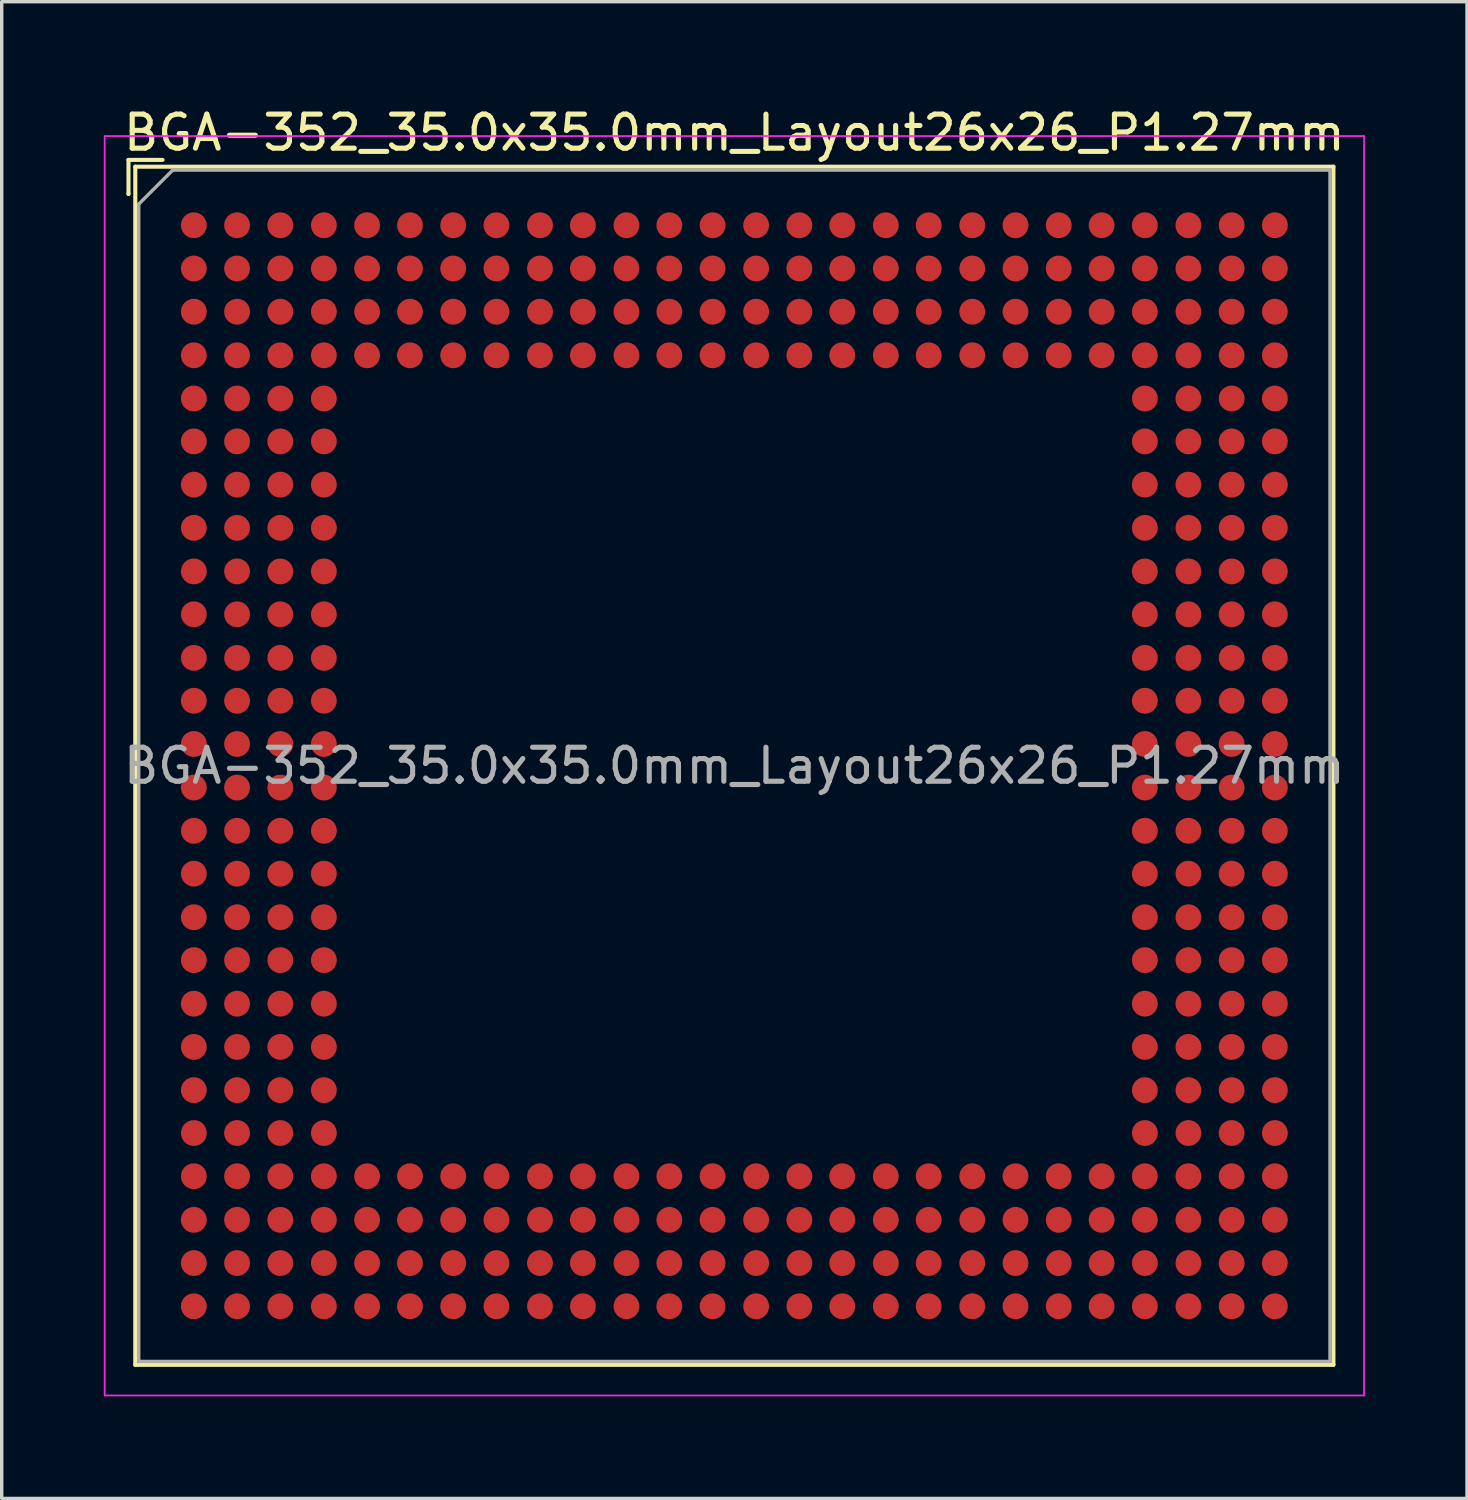
<source format=kicad_pcb>
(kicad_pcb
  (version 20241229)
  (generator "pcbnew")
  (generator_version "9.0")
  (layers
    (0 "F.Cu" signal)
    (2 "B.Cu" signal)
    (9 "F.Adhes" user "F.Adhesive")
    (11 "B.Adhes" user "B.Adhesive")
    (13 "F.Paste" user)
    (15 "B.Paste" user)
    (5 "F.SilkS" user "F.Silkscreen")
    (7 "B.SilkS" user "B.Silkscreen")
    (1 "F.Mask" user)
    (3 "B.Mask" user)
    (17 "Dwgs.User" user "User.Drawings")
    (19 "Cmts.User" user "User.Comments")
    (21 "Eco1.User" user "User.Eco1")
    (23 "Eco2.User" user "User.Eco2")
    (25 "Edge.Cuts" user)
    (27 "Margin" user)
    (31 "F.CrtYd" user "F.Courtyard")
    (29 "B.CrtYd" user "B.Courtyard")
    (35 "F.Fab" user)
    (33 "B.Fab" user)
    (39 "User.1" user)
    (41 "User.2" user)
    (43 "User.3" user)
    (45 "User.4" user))
  (footprint "BGA-352_35.0x35.0mm_Layout26x26_P1.27mm"
    (layer "F.Cu")
    (at 18.525 19.448)
    (property "Reference" "BGA-352_35.0x35.0mm_Layout26x26_P1.27mm" (at 0 -18.6 0) (layer "F.SilkS") (effects (font (size 1 1) (thickness 0.15))))
    (attr smd)
    (fp_line (start -17.8 -17.8) (end -17.8 -16.8) (stroke (width 0.12) (type solid)) (layer "F.SilkS"))
    (fp_line (start -17.8 -16.8) (end -17.8 -16.8) (stroke (width 0.12) (type solid)) (layer "F.SilkS"))
    (fp_line (start -17.6 -17.6) (end 17.6 -17.6) (stroke (width 0.12) (type solid)) (layer "F.SilkS"))
    (fp_line (start -17.6 17.6) (end -17.6 -17.6) (stroke (width 0.12) (type solid)) (layer "F.SilkS"))
    (fp_line (start -16.8 -17.8) (end -17.8 -17.8) (stroke (width 0.12) (type solid)) (layer "F.SilkS"))
    (fp_line (start 17.6 -17.6) (end 17.6 17.6) (stroke (width 0.12) (type solid)) (layer "F.SilkS"))
    (fp_line (start 17.6 17.6) (end -17.6 17.6) (stroke (width 0.12) (type solid)) (layer "F.SilkS"))
    (fp_line (start -18.5 -18.5) (end -18.5 18.5) (stroke (width 0.05) (type solid)) (layer "F.CrtYd"))
    (fp_line (start -18.5 -18.5) (end 18.5 -18.5) (stroke (width 0.05) (type solid)) (layer "F.CrtYd"))
    (fp_line (start 18.5 18.5) (end -18.5 18.5) (stroke (width 0.05) (type solid)) (layer "F.CrtYd"))
    (fp_line (start 18.5 18.5) (end 18.5 -18.5) (stroke (width 0.05) (type solid)) (layer "F.CrtYd"))
    (fp_line (start -17.5 -16.5) (end -17.5 17.5) (stroke (width 0.1) (type solid)) (layer "F.Fab"))
    (fp_line (start -17.5 17.5) (end 17.5 17.5) (stroke (width 0.1) (type solid)) (layer "F.Fab"))
    (fp_line (start -16.5 -17.5) (end -17.5 -16.5) (stroke (width 0.1) (type solid)) (layer "F.Fab"))
    (fp_line (start 17.5 -17.5) (end -16.5 -17.5) (stroke (width 0.1) (type solid)) (layer "F.Fab"))
    (fp_line (start 17.5 17.5) (end 17.5 -17.5) (stroke (width 0.1) (type solid)) (layer "F.Fab"))
    (fp_text user "${REFERENCE}" (at 0 0 0) (layer "F.Fab") (effects (font (size 1 1) (thickness 0.15))))
    (pad "A1" smd circle (at -15.88 -15.88) (size 0.76 0.76) (layers "F.Cu" "F.Mask" "F.Paste"))
    (pad "A2" smd circle (at -14.61 -15.88) (size 0.76 0.76) (layers "F.Cu" "F.Mask" "F.Paste"))
    (pad "A3" smd circle (at -13.34 -15.88) (size 0.76 0.76) (layers "F.Cu" "F.Mask" "F.Paste"))
    (pad "A4" smd circle (at -12.06 -15.88) (size 0.76 0.76) (layers "F.Cu" "F.Mask" "F.Paste"))
    (pad "A5" smd circle (at -10.79 -15.88) (size 0.76 0.76) (layers "F.Cu" "F.Mask" "F.Paste"))
    (pad "A6" smd circle (at -9.53 -15.88) (size 0.76 0.76) (layers "F.Cu" "F.Mask" "F.Paste"))
    (pad "A7" smd circle (at -8.26 -15.88) (size 0.76 0.76) (layers "F.Cu" "F.Mask" "F.Paste"))
    (pad "A8" smd circle (at -6.99 -15.88) (size 0.76 0.76) (layers "F.Cu" "F.Mask" "F.Paste"))
    (pad "A9" smd circle (at -5.71 -15.88) (size 0.76 0.76) (layers "F.Cu" "F.Mask" "F.Paste"))
    (pad "A10" smd circle (at -4.45 -15.88) (size 0.76 0.76) (layers "F.Cu" "F.Mask" "F.Paste"))
    (pad "A11" smd circle (at -3.17 -15.88) (size 0.76 0.76) (layers "F.Cu" "F.Mask" "F.Paste"))
    (pad "A12" smd circle (at -1.91 -15.88) (size 0.76 0.76) (layers "F.Cu" "F.Mask" "F.Paste"))
    (pad "A13" smd circle (at -0.64 -15.88) (size 0.76 0.76) (layers "F.Cu" "F.Mask" "F.Paste"))
    (pad "A14" smd circle (at 0.64 -15.88) (size 0.76 0.76) (layers "F.Cu" "F.Mask" "F.Paste"))
    (pad "A15" smd circle (at 1.91 -15.88) (size 0.76 0.76) (layers "F.Cu" "F.Mask" "F.Paste"))
    (pad "A16" smd circle (at 3.17 -15.88) (size 0.76 0.76) (layers "F.Cu" "F.Mask" "F.Paste"))
    (pad "A17" smd circle (at 4.45 -15.88) (size 0.76 0.76) (layers "F.Cu" "F.Mask" "F.Paste"))
    (pad "A18" smd circle (at 5.71 -15.88) (size 0.76 0.76) (layers "F.Cu" "F.Mask" "F.Paste"))
    (pad "A19" smd circle (at 6.99 -15.88) (size 0.76 0.76) (layers "F.Cu" "F.Mask" "F.Paste"))
    (pad "A20" smd circle (at 8.26 -15.88) (size 0.76 0.76) (layers "F.Cu" "F.Mask" "F.Paste"))
    (pad "A21" smd circle (at 9.53 -15.88) (size 0.76 0.76) (layers "F.Cu" "F.Mask" "F.Paste"))
    (pad "A22" smd circle (at 10.79 -15.88) (size 0.76 0.76) (layers "F.Cu" "F.Mask" "F.Paste"))
    (pad "A23" smd circle (at 12.06 -15.88) (size 0.76 0.76) (layers "F.Cu" "F.Mask" "F.Paste"))
    (pad "A24" smd circle (at 13.34 -15.88) (size 0.76 0.76) (layers "F.Cu" "F.Mask" "F.Paste"))
    (pad "A25" smd circle (at 14.61 -15.88) (size 0.76 0.76) (layers "F.Cu" "F.Mask" "F.Paste"))
    (pad "A26" smd circle (at 15.88 -15.88) (size 0.76 0.76) (layers "F.Cu" "F.Mask" "F.Paste"))
    (pad "AA1" smd circle (at -15.88 9.53) (size 0.76 0.76) (layers "F.Cu" "F.Mask" "F.Paste"))
    (pad "AA2" smd circle (at -14.61 9.53) (size 0.76 0.76) (layers "F.Cu" "F.Mask" "F.Paste"))
    (pad "AA3" smd circle (at -13.34 9.53) (size 0.76 0.76) (layers "F.Cu" "F.Mask" "F.Paste"))
    (pad "AA4" smd circle (at -12.06 9.53) (size 0.76 0.76) (layers "F.Cu" "F.Mask" "F.Paste"))
    (pad "AA23" smd circle (at 12.06 9.53) (size 0.76 0.76) (layers "F.Cu" "F.Mask" "F.Paste"))
    (pad "AA24" smd circle (at 13.34 9.53) (size 0.76 0.76) (layers "F.Cu" "F.Mask" "F.Paste"))
    (pad "AA25" smd circle (at 14.61 9.53) (size 0.76 0.76) (layers "F.Cu" "F.Mask" "F.Paste"))
    (pad "AA26" smd circle (at 15.88 9.53) (size 0.76 0.76) (layers "F.Cu" "F.Mask" "F.Paste"))
    (pad "AB1" smd circle (at -15.88 10.79) (size 0.76 0.76) (layers "F.Cu" "F.Mask" "F.Paste"))
    (pad "AB2" smd circle (at -14.61 10.79) (size 0.76 0.76) (layers "F.Cu" "F.Mask" "F.Paste"))
    (pad "AB3" smd circle (at -13.34 10.79) (size 0.76 0.76) (layers "F.Cu" "F.Mask" "F.Paste"))
    (pad "AB4" smd circle (at -12.06 10.79) (size 0.76 0.76) (layers "F.Cu" "F.Mask" "F.Paste"))
    (pad "AB23" smd circle (at 12.06 10.79) (size 0.76 0.76) (layers "F.Cu" "F.Mask" "F.Paste"))
    (pad "AB24" smd circle (at 13.34 10.79) (size 0.76 0.76) (layers "F.Cu" "F.Mask" "F.Paste"))
    (pad "AB25" smd circle (at 14.61 10.79) (size 0.76 0.76) (layers "F.Cu" "F.Mask" "F.Paste"))
    (pad "AB26" smd circle (at 15.88 10.79) (size 0.76 0.76) (layers "F.Cu" "F.Mask" "F.Paste"))
    (pad "AC1" smd circle (at -15.88 12.06) (size 0.76 0.76) (layers "F.Cu" "F.Mask" "F.Paste"))
    (pad "AC2" smd circle (at -14.61 12.06) (size 0.76 0.76) (layers "F.Cu" "F.Mask" "F.Paste"))
    (pad "AC3" smd circle (at -13.34 12.06) (size 0.76 0.76) (layers "F.Cu" "F.Mask" "F.Paste"))
    (pad "AC4" smd circle (at -12.06 12.06) (size 0.76 0.76) (layers "F.Cu" "F.Mask" "F.Paste"))
    (pad "AC5" smd circle (at -10.79 12.06) (size 0.76 0.76) (layers "F.Cu" "F.Mask" "F.Paste"))
    (pad "AC6" smd circle (at -9.53 12.06) (size 0.76 0.76) (layers "F.Cu" "F.Mask" "F.Paste"))
    (pad "AC7" smd circle (at -8.26 12.06) (size 0.76 0.76) (layers "F.Cu" "F.Mask" "F.Paste"))
    (pad "AC8" smd circle (at -6.99 12.06) (size 0.76 0.76) (layers "F.Cu" "F.Mask" "F.Paste"))
    (pad "AC9" smd circle (at -5.71 12.06) (size 0.76 0.76) (layers "F.Cu" "F.Mask" "F.Paste"))
    (pad "AC10" smd circle (at -4.45 12.06) (size 0.76 0.76) (layers "F.Cu" "F.Mask" "F.Paste"))
    (pad "AC11" smd circle (at -3.17 12.06) (size 0.76 0.76) (layers "F.Cu" "F.Mask" "F.Paste"))
    (pad "AC12" smd circle (at -1.91 12.06) (size 0.76 0.76) (layers "F.Cu" "F.Mask" "F.Paste"))
    (pad "AC13" smd circle (at -0.64 12.06) (size 0.76 0.76) (layers "F.Cu" "F.Mask" "F.Paste"))
    (pad "AC14" smd circle (at 0.64 12.06) (size 0.76 0.76) (layers "F.Cu" "F.Mask" "F.Paste"))
    (pad "AC15" smd circle (at 1.91 12.06) (size 0.76 0.76) (layers "F.Cu" "F.Mask" "F.Paste"))
    (pad "AC16" smd circle (at 3.17 12.06) (size 0.76 0.76) (layers "F.Cu" "F.Mask" "F.Paste"))
    (pad "AC17" smd circle (at 4.45 12.06) (size 0.76 0.76) (layers "F.Cu" "F.Mask" "F.Paste"))
    (pad "AC18" smd circle (at 5.71 12.06) (size 0.76 0.76) (layers "F.Cu" "F.Mask" "F.Paste"))
    (pad "AC19" smd circle (at 6.99 12.06) (size 0.76 0.76) (layers "F.Cu" "F.Mask" "F.Paste"))
    (pad "AC20" smd circle (at 8.26 12.06) (size 0.76 0.76) (layers "F.Cu" "F.Mask" "F.Paste"))
    (pad "AC21" smd circle (at 9.53 12.06) (size 0.76 0.76) (layers "F.Cu" "F.Mask" "F.Paste"))
    (pad "AC22" smd circle (at 10.79 12.06) (size 0.76 0.76) (layers "F.Cu" "F.Mask" "F.Paste"))
    (pad "AC23" smd circle (at 12.06 12.06) (size 0.76 0.76) (layers "F.Cu" "F.Mask" "F.Paste"))
    (pad "AC24" smd circle (at 13.34 12.06) (size 0.76 0.76) (layers "F.Cu" "F.Mask" "F.Paste"))
    (pad "AC25" smd circle (at 14.61 12.06) (size 0.76 0.76) (layers "F.Cu" "F.Mask" "F.Paste"))
    (pad "AC26" smd circle (at 15.88 12.06) (size 0.76 0.76) (layers "F.Cu" "F.Mask" "F.Paste"))
    (pad "AD1" smd circle (at -15.88 13.34) (size 0.76 0.76) (layers "F.Cu" "F.Mask" "F.Paste"))
    (pad "AD2" smd circle (at -14.61 13.34) (size 0.76 0.76) (layers "F.Cu" "F.Mask" "F.Paste"))
    (pad "AD3" smd circle (at -13.34 13.34) (size 0.76 0.76) (layers "F.Cu" "F.Mask" "F.Paste"))
    (pad "AD4" smd circle (at -12.06 13.34) (size 0.76 0.76) (layers "F.Cu" "F.Mask" "F.Paste"))
    (pad "AD5" smd circle (at -10.79 13.34) (size 0.76 0.76) (layers "F.Cu" "F.Mask" "F.Paste"))
    (pad "AD6" smd circle (at -9.53 13.34) (size 0.76 0.76) (layers "F.Cu" "F.Mask" "F.Paste"))
    (pad "AD7" smd circle (at -8.26 13.34) (size 0.76 0.76) (layers "F.Cu" "F.Mask" "F.Paste"))
    (pad "AD8" smd circle (at -6.99 13.34) (size 0.76 0.76) (layers "F.Cu" "F.Mask" "F.Paste"))
    (pad "AD9" smd circle (at -5.71 13.34) (size 0.76 0.76) (layers "F.Cu" "F.Mask" "F.Paste"))
    (pad "AD10" smd circle (at -4.45 13.34) (size 0.76 0.76) (layers "F.Cu" "F.Mask" "F.Paste"))
    (pad "AD11" smd circle (at -3.17 13.34) (size 0.76 0.76) (layers "F.Cu" "F.Mask" "F.Paste"))
    (pad "AD12" smd circle (at -1.91 13.34) (size 0.76 0.76) (layers "F.Cu" "F.Mask" "F.Paste"))
    (pad "AD13" smd circle (at -0.64 13.34) (size 0.76 0.76) (layers "F.Cu" "F.Mask" "F.Paste"))
    (pad "AD14" smd circle (at 0.64 13.34) (size 0.76 0.76) (layers "F.Cu" "F.Mask" "F.Paste"))
    (pad "AD15" smd circle (at 1.91 13.34) (size 0.76 0.76) (layers "F.Cu" "F.Mask" "F.Paste"))
    (pad "AD16" smd circle (at 3.17 13.34) (size 0.76 0.76) (layers "F.Cu" "F.Mask" "F.Paste"))
    (pad "AD17" smd circle (at 4.45 13.34) (size 0.76 0.76) (layers "F.Cu" "F.Mask" "F.Paste"))
    (pad "AD18" smd circle (at 5.71 13.34) (size 0.76 0.76) (layers "F.Cu" "F.Mask" "F.Paste"))
    (pad "AD19" smd circle (at 6.99 13.34) (size 0.76 0.76) (layers "F.Cu" "F.Mask" "F.Paste"))
    (pad "AD20" smd circle (at 8.26 13.34) (size 0.76 0.76) (layers "F.Cu" "F.Mask" "F.Paste"))
    (pad "AD21" smd circle (at 9.53 13.34) (size 0.76 0.76) (layers "F.Cu" "F.Mask" "F.Paste"))
    (pad "AD22" smd circle (at 10.79 13.34) (size 0.76 0.76) (layers "F.Cu" "F.Mask" "F.Paste"))
    (pad "AD23" smd circle (at 12.06 13.34) (size 0.76 0.76) (layers "F.Cu" "F.Mask" "F.Paste"))
    (pad "AD24" smd circle (at 13.34 13.34) (size 0.76 0.76) (layers "F.Cu" "F.Mask" "F.Paste"))
    (pad "AD25" smd circle (at 14.61 13.34) (size 0.76 0.76) (layers "F.Cu" "F.Mask" "F.Paste"))
    (pad "AD26" smd circle (at 15.88 13.34) (size 0.76 0.76) (layers "F.Cu" "F.Mask" "F.Paste"))
    (pad "AE1" smd circle (at -15.88 14.61) (size 0.76 0.76) (layers "F.Cu" "F.Mask" "F.Paste"))
    (pad "AE2" smd circle (at -14.61 14.61) (size 0.76 0.76) (layers "F.Cu" "F.Mask" "F.Paste"))
    (pad "AE3" smd circle (at -13.34 14.61) (size 0.76 0.76) (layers "F.Cu" "F.Mask" "F.Paste"))
    (pad "AE4" smd circle (at -12.06 14.61) (size 0.76 0.76) (layers "F.Cu" "F.Mask" "F.Paste"))
    (pad "AE5" smd circle (at -10.79 14.61) (size 0.76 0.76) (layers "F.Cu" "F.Mask" "F.Paste"))
    (pad "AE6" smd circle (at -9.53 14.61) (size 0.76 0.76) (layers "F.Cu" "F.Mask" "F.Paste"))
    (pad "AE7" smd circle (at -8.26 14.61) (size 0.76 0.76) (layers "F.Cu" "F.Mask" "F.Paste"))
    (pad "AE8" smd circle (at -6.99 14.61) (size 0.76 0.76) (layers "F.Cu" "F.Mask" "F.Paste"))
    (pad "AE9" smd circle (at -5.71 14.61) (size 0.76 0.76) (layers "F.Cu" "F.Mask" "F.Paste"))
    (pad "AE10" smd circle (at -4.45 14.61) (size 0.76 0.76) (layers "F.Cu" "F.Mask" "F.Paste"))
    (pad "AE11" smd circle (at -3.17 14.61) (size 0.76 0.76) (layers "F.Cu" "F.Mask" "F.Paste"))
    (pad "AE12" smd circle (at -1.91 14.61) (size 0.76 0.76) (layers "F.Cu" "F.Mask" "F.Paste"))
    (pad "AE13" smd circle (at -0.64 14.61) (size 0.76 0.76) (layers "F.Cu" "F.Mask" "F.Paste"))
    (pad "AE14" smd circle (at 0.64 14.61) (size 0.76 0.76) (layers "F.Cu" "F.Mask" "F.Paste"))
    (pad "AE15" smd circle (at 1.91 14.61) (size 0.76 0.76) (layers "F.Cu" "F.Mask" "F.Paste"))
    (pad "AE16" smd circle (at 3.17 14.61) (size 0.76 0.76) (layers "F.Cu" "F.Mask" "F.Paste"))
    (pad "AE17" smd circle (at 4.45 14.61) (size 0.76 0.76) (layers "F.Cu" "F.Mask" "F.Paste"))
    (pad "AE18" smd circle (at 5.71 14.61) (size 0.76 0.76) (layers "F.Cu" "F.Mask" "F.Paste"))
    (pad "AE19" smd circle (at 6.99 14.61) (size 0.76 0.76) (layers "F.Cu" "F.Mask" "F.Paste"))
    (pad "AE20" smd circle (at 8.26 14.61) (size 0.76 0.76) (layers "F.Cu" "F.Mask" "F.Paste"))
    (pad "AE21" smd circle (at 9.53 14.61) (size 0.76 0.76) (layers "F.Cu" "F.Mask" "F.Paste"))
    (pad "AE22" smd circle (at 10.79 14.61) (size 0.76 0.76) (layers "F.Cu" "F.Mask" "F.Paste"))
    (pad "AE23" smd circle (at 12.06 14.61) (size 0.76 0.76) (layers "F.Cu" "F.Mask" "F.Paste"))
    (pad "AE24" smd circle (at 13.34 14.61) (size 0.76 0.76) (layers "F.Cu" "F.Mask" "F.Paste"))
    (pad "AE25" smd circle (at 14.61 14.61) (size 0.76 0.76) (layers "F.Cu" "F.Mask" "F.Paste"))
    (pad "AE26" smd circle (at 15.88 14.61) (size 0.76 0.76) (layers "F.Cu" "F.Mask" "F.Paste"))
    (pad "AF1" smd circle (at -15.88 15.88) (size 0.76 0.76) (layers "F.Cu" "F.Mask" "F.Paste"))
    (pad "AF2" smd circle (at -14.61 15.88) (size 0.76 0.76) (layers "F.Cu" "F.Mask" "F.Paste"))
    (pad "AF3" smd circle (at -13.34 15.88) (size 0.76 0.76) (layers "F.Cu" "F.Mask" "F.Paste"))
    (pad "AF4" smd circle (at -12.06 15.88) (size 0.76 0.76) (layers "F.Cu" "F.Mask" "F.Paste"))
    (pad "AF5" smd circle (at -10.79 15.88) (size 0.76 0.76) (layers "F.Cu" "F.Mask" "F.Paste"))
    (pad "AF6" smd circle (at -9.53 15.88) (size 0.76 0.76) (layers "F.Cu" "F.Mask" "F.Paste"))
    (pad "AF7" smd circle (at -8.26 15.88) (size 0.76 0.76) (layers "F.Cu" "F.Mask" "F.Paste"))
    (pad "AF8" smd circle (at -6.99 15.88) (size 0.76 0.76) (layers "F.Cu" "F.Mask" "F.Paste"))
    (pad "AF9" smd circle (at -5.71 15.88) (size 0.76 0.76) (layers "F.Cu" "F.Mask" "F.Paste"))
    (pad "AF10" smd circle (at -4.45 15.88) (size 0.76 0.76) (layers "F.Cu" "F.Mask" "F.Paste"))
    (pad "AF11" smd circle (at -3.17 15.88) (size 0.76 0.76) (layers "F.Cu" "F.Mask" "F.Paste"))
    (pad "AF12" smd circle (at -1.91 15.88) (size 0.76 0.76) (layers "F.Cu" "F.Mask" "F.Paste"))
    (pad "AF13" smd circle (at -0.64 15.88) (size 0.76 0.76) (layers "F.Cu" "F.Mask" "F.Paste"))
    (pad "AF14" smd circle (at 0.64 15.88) (size 0.76 0.76) (layers "F.Cu" "F.Mask" "F.Paste"))
    (pad "AF15" smd circle (at 1.91 15.88) (size 0.76 0.76) (layers "F.Cu" "F.Mask" "F.Paste"))
    (pad "AF16" smd circle (at 3.17 15.88) (size 0.76 0.76) (layers "F.Cu" "F.Mask" "F.Paste"))
    (pad "AF17" smd circle (at 4.45 15.88) (size 0.76 0.76) (layers "F.Cu" "F.Mask" "F.Paste"))
    (pad "AF18" smd circle (at 5.71 15.88) (size 0.76 0.76) (layers "F.Cu" "F.Mask" "F.Paste"))
    (pad "AF19" smd circle (at 6.99 15.88) (size 0.76 0.76) (layers "F.Cu" "F.Mask" "F.Paste"))
    (pad "AF20" smd circle (at 8.26 15.88) (size 0.76 0.76) (layers "F.Cu" "F.Mask" "F.Paste"))
    (pad "AF21" smd circle (at 9.53 15.88) (size 0.76 0.76) (layers "F.Cu" "F.Mask" "F.Paste"))
    (pad "AF22" smd circle (at 10.79 15.88) (size 0.76 0.76) (layers "F.Cu" "F.Mask" "F.Paste"))
    (pad "AF23" smd circle (at 12.06 15.88) (size 0.76 0.76) (layers "F.Cu" "F.Mask" "F.Paste"))
    (pad "AF24" smd circle (at 13.34 15.88) (size 0.76 0.76) (layers "F.Cu" "F.Mask" "F.Paste"))
    (pad "AF25" smd circle (at 14.61 15.88) (size 0.76 0.76) (layers "F.Cu" "F.Mask" "F.Paste"))
    (pad "AF26" smd circle (at 15.88 15.88) (size 0.76 0.76) (layers "F.Cu" "F.Mask" "F.Paste"))
    (pad "B1" smd circle (at -15.88 -14.61) (size 0.76 0.76) (layers "F.Cu" "F.Mask" "F.Paste"))
    (pad "B2" smd circle (at -14.61 -14.61) (size 0.76 0.76) (layers "F.Cu" "F.Mask" "F.Paste"))
    (pad "B3" smd circle (at -13.34 -14.61) (size 0.76 0.76) (layers "F.Cu" "F.Mask" "F.Paste"))
    (pad "B4" smd circle (at -12.06 -14.61) (size 0.76 0.76) (layers "F.Cu" "F.Mask" "F.Paste"))
    (pad "B5" smd circle (at -10.79 -14.61) (size 0.76 0.76) (layers "F.Cu" "F.Mask" "F.Paste"))
    (pad "B6" smd circle (at -9.53 -14.61) (size 0.76 0.76) (layers "F.Cu" "F.Mask" "F.Paste"))
    (pad "B7" smd circle (at -8.26 -14.61) (size 0.76 0.76) (layers "F.Cu" "F.Mask" "F.Paste"))
    (pad "B8" smd circle (at -6.99 -14.61) (size 0.76 0.76) (layers "F.Cu" "F.Mask" "F.Paste"))
    (pad "B9" smd circle (at -5.71 -14.61) (size 0.76 0.76) (layers "F.Cu" "F.Mask" "F.Paste"))
    (pad "B10" smd circle (at -4.45 -14.61) (size 0.76 0.76) (layers "F.Cu" "F.Mask" "F.Paste"))
    (pad "B11" smd circle (at -3.17 -14.61) (size 0.76 0.76) (layers "F.Cu" "F.Mask" "F.Paste"))
    (pad "B12" smd circle (at -1.91 -14.61) (size 0.76 0.76) (layers "F.Cu" "F.Mask" "F.Paste"))
    (pad "B13" smd circle (at -0.64 -14.61) (size 0.76 0.76) (layers "F.Cu" "F.Mask" "F.Paste"))
    (pad "B14" smd circle (at 0.64 -14.61) (size 0.76 0.76) (layers "F.Cu" "F.Mask" "F.Paste"))
    (pad "B15" smd circle (at 1.91 -14.61) (size 0.76 0.76) (layers "F.Cu" "F.Mask" "F.Paste"))
    (pad "B16" smd circle (at 3.17 -14.61) (size 0.76 0.76) (layers "F.Cu" "F.Mask" "F.Paste"))
    (pad "B17" smd circle (at 4.45 -14.61) (size 0.76 0.76) (layers "F.Cu" "F.Mask" "F.Paste"))
    (pad "B18" smd circle (at 5.71 -14.61) (size 0.76 0.76) (layers "F.Cu" "F.Mask" "F.Paste"))
    (pad "B19" smd circle (at 6.99 -14.61) (size 0.76 0.76) (layers "F.Cu" "F.Mask" "F.Paste"))
    (pad "B20" smd circle (at 8.26 -14.61) (size 0.76 0.76) (layers "F.Cu" "F.Mask" "F.Paste"))
    (pad "B21" smd circle (at 9.53 -14.61) (size 0.76 0.76) (layers "F.Cu" "F.Mask" "F.Paste"))
    (pad "B22" smd circle (at 10.79 -14.61) (size 0.76 0.76) (layers "F.Cu" "F.Mask" "F.Paste"))
    (pad "B23" smd circle (at 12.06 -14.61) (size 0.76 0.76) (layers "F.Cu" "F.Mask" "F.Paste"))
    (pad "B24" smd circle (at 13.34 -14.61) (size 0.76 0.76) (layers "F.Cu" "F.Mask" "F.Paste"))
    (pad "B25" smd circle (at 14.61 -14.61) (size 0.76 0.76) (layers "F.Cu" "F.Mask" "F.Paste"))
    (pad "B26" smd circle (at 15.88 -14.61) (size 0.76 0.76) (layers "F.Cu" "F.Mask" "F.Paste"))
    (pad "C1" smd circle (at -15.88 -13.34) (size 0.76 0.76) (layers "F.Cu" "F.Mask" "F.Paste"))
    (pad "C2" smd circle (at -14.61 -13.34) (size 0.76 0.76) (layers "F.Cu" "F.Mask" "F.Paste"))
    (pad "C3" smd circle (at -13.34 -13.34) (size 0.76 0.76) (layers "F.Cu" "F.Mask" "F.Paste"))
    (pad "C4" smd circle (at -12.06 -13.34) (size 0.76 0.76) (layers "F.Cu" "F.Mask" "F.Paste"))
    (pad "C5" smd circle (at -10.79 -13.34) (size 0.76 0.76) (layers "F.Cu" "F.Mask" "F.Paste"))
    (pad "C6" smd circle (at -9.53 -13.34) (size 0.76 0.76) (layers "F.Cu" "F.Mask" "F.Paste"))
    (pad "C7" smd circle (at -8.26 -13.34) (size 0.76 0.76) (layers "F.Cu" "F.Mask" "F.Paste"))
    (pad "C8" smd circle (at -6.99 -13.34) (size 0.76 0.76) (layers "F.Cu" "F.Mask" "F.Paste"))
    (pad "C9" smd circle (at -5.71 -13.34) (size 0.76 0.76) (layers "F.Cu" "F.Mask" "F.Paste"))
    (pad "C10" smd circle (at -4.45 -13.34) (size 0.76 0.76) (layers "F.Cu" "F.Mask" "F.Paste"))
    (pad "C11" smd circle (at -3.17 -13.34) (size 0.76 0.76) (layers "F.Cu" "F.Mask" "F.Paste"))
    (pad "C12" smd circle (at -1.91 -13.34) (size 0.76 0.76) (layers "F.Cu" "F.Mask" "F.Paste"))
    (pad "C13" smd circle (at -0.64 -13.34) (size 0.76 0.76) (layers "F.Cu" "F.Mask" "F.Paste"))
    (pad "C14" smd circle (at 0.64 -13.34) (size 0.76 0.76) (layers "F.Cu" "F.Mask" "F.Paste"))
    (pad "C15" smd circle (at 1.91 -13.34) (size 0.76 0.76) (layers "F.Cu" "F.Mask" "F.Paste"))
    (pad "C16" smd circle (at 3.17 -13.34) (size 0.76 0.76) (layers "F.Cu" "F.Mask" "F.Paste"))
    (pad "C17" smd circle (at 4.45 -13.34) (size 0.76 0.76) (layers "F.Cu" "F.Mask" "F.Paste"))
    (pad "C18" smd circle (at 5.71 -13.34) (size 0.76 0.76) (layers "F.Cu" "F.Mask" "F.Paste"))
    (pad "C19" smd circle (at 6.99 -13.34) (size 0.76 0.76) (layers "F.Cu" "F.Mask" "F.Paste"))
    (pad "C20" smd circle (at 8.26 -13.34) (size 0.76 0.76) (layers "F.Cu" "F.Mask" "F.Paste"))
    (pad "C21" smd circle (at 9.53 -13.34) (size 0.76 0.76) (layers "F.Cu" "F.Mask" "F.Paste"))
    (pad "C22" smd circle (at 10.79 -13.34) (size 0.76 0.76) (layers "F.Cu" "F.Mask" "F.Paste"))
    (pad "C23" smd circle (at 12.06 -13.34) (size 0.76 0.76) (layers "F.Cu" "F.Mask" "F.Paste"))
    (pad "C24" smd circle (at 13.34 -13.34) (size 0.76 0.76) (layers "F.Cu" "F.Mask" "F.Paste"))
    (pad "C25" smd circle (at 14.61 -13.34) (size 0.76 0.76) (layers "F.Cu" "F.Mask" "F.Paste"))
    (pad "C26" smd circle (at 15.88 -13.34) (size 0.76 0.76) (layers "F.Cu" "F.Mask" "F.Paste"))
    (pad "D1" smd circle (at -15.88 -12.06) (size 0.76 0.76) (layers "F.Cu" "F.Mask" "F.Paste"))
    (pad "D2" smd circle (at -14.61 -12.06) (size 0.76 0.76) (layers "F.Cu" "F.Mask" "F.Paste"))
    (pad "D3" smd circle (at -13.34 -12.06) (size 0.76 0.76) (layers "F.Cu" "F.Mask" "F.Paste"))
    (pad "D4" smd circle (at -12.06 -12.06) (size 0.76 0.76) (layers "F.Cu" "F.Mask" "F.Paste"))
    (pad "D5" smd circle (at -10.79 -12.06) (size 0.76 0.76) (layers "F.Cu" "F.Mask" "F.Paste"))
    (pad "D6" smd circle (at -9.53 -12.06) (size 0.76 0.76) (layers "F.Cu" "F.Mask" "F.Paste"))
    (pad "D7" smd circle (at -8.26 -12.06) (size 0.76 0.76) (layers "F.Cu" "F.Mask" "F.Paste"))
    (pad "D8" smd circle (at -6.99 -12.06) (size 0.76 0.76) (layers "F.Cu" "F.Mask" "F.Paste"))
    (pad "D9" smd circle (at -5.71 -12.06) (size 0.76 0.76) (layers "F.Cu" "F.Mask" "F.Paste"))
    (pad "D10" smd circle (at -4.45 -12.06) (size 0.76 0.76) (layers "F.Cu" "F.Mask" "F.Paste"))
    (pad "D11" smd circle (at -3.17 -12.06) (size 0.76 0.76) (layers "F.Cu" "F.Mask" "F.Paste"))
    (pad "D12" smd circle (at -1.91 -12.06) (size 0.76 0.76) (layers "F.Cu" "F.Mask" "F.Paste"))
    (pad "D13" smd circle (at -0.64 -12.06) (size 0.76 0.76) (layers "F.Cu" "F.Mask" "F.Paste"))
    (pad "D14" smd circle (at 0.64 -12.06) (size 0.76 0.76) (layers "F.Cu" "F.Mask" "F.Paste"))
    (pad "D15" smd circle (at 1.91 -12.06) (size 0.76 0.76) (layers "F.Cu" "F.Mask" "F.Paste"))
    (pad "D16" smd circle (at 3.17 -12.06) (size 0.76 0.76) (layers "F.Cu" "F.Mask" "F.Paste"))
    (pad "D17" smd circle (at 4.45 -12.06) (size 0.76 0.76) (layers "F.Cu" "F.Mask" "F.Paste"))
    (pad "D18" smd circle (at 5.71 -12.06) (size 0.76 0.76) (layers "F.Cu" "F.Mask" "F.Paste"))
    (pad "D19" smd circle (at 6.99 -12.06) (size 0.76 0.76) (layers "F.Cu" "F.Mask" "F.Paste"))
    (pad "D20" smd circle (at 8.26 -12.06) (size 0.76 0.76) (layers "F.Cu" "F.Mask" "F.Paste"))
    (pad "D21" smd circle (at 9.53 -12.06) (size 0.76 0.76) (layers "F.Cu" "F.Mask" "F.Paste"))
    (pad "D22" smd circle (at 10.79 -12.06) (size 0.76 0.76) (layers "F.Cu" "F.Mask" "F.Paste"))
    (pad "D23" smd circle (at 12.06 -12.06) (size 0.76 0.76) (layers "F.Cu" "F.Mask" "F.Paste"))
    (pad "D24" smd circle (at 13.34 -12.06) (size 0.76 0.76) (layers "F.Cu" "F.Mask" "F.Paste"))
    (pad "D25" smd circle (at 14.61 -12.06) (size 0.76 0.76) (layers "F.Cu" "F.Mask" "F.Paste"))
    (pad "D26" smd circle (at 15.88 -12.06) (size 0.76 0.76) (layers "F.Cu" "F.Mask" "F.Paste"))
    (pad "E1" smd circle (at -15.88 -10.79) (size 0.76 0.76) (layers "F.Cu" "F.Mask" "F.Paste"))
    (pad "E2" smd circle (at -14.61 -10.79) (size 0.76 0.76) (layers "F.Cu" "F.Mask" "F.Paste"))
    (pad "E3" smd circle (at -13.34 -10.79) (size 0.76 0.76) (layers "F.Cu" "F.Mask" "F.Paste"))
    (pad "E4" smd circle (at -12.06 -10.79) (size 0.76 0.76) (layers "F.Cu" "F.Mask" "F.Paste"))
    (pad "E23" smd circle (at 12.06 -10.79) (size 0.76 0.76) (layers "F.Cu" "F.Mask" "F.Paste"))
    (pad "E24" smd circle (at 13.34 -10.79) (size 0.76 0.76) (layers "F.Cu" "F.Mask" "F.Paste"))
    (pad "E25" smd circle (at 14.61 -10.79) (size 0.76 0.76) (layers "F.Cu" "F.Mask" "F.Paste"))
    (pad "E26" smd circle (at 15.88 -10.79) (size 0.76 0.76) (layers "F.Cu" "F.Mask" "F.Paste"))
    (pad "F1" smd circle (at -15.88 -9.53) (size 0.76 0.76) (layers "F.Cu" "F.Mask" "F.Paste"))
    (pad "F2" smd circle (at -14.61 -9.53) (size 0.76 0.76) (layers "F.Cu" "F.Mask" "F.Paste"))
    (pad "F3" smd circle (at -13.34 -9.53) (size 0.76 0.76) (layers "F.Cu" "F.Mask" "F.Paste"))
    (pad "F4" smd circle (at -12.06 -9.53) (size 0.76 0.76) (layers "F.Cu" "F.Mask" "F.Paste"))
    (pad "F23" smd circle (at 12.06 -9.53) (size 0.76 0.76) (layers "F.Cu" "F.Mask" "F.Paste"))
    (pad "F24" smd circle (at 13.34 -9.53) (size 0.76 0.76) (layers "F.Cu" "F.Mask" "F.Paste"))
    (pad "F25" smd circle (at 14.61 -9.53) (size 0.76 0.76) (layers "F.Cu" "F.Mask" "F.Paste"))
    (pad "F26" smd circle (at 15.88 -9.53) (size 0.76 0.76) (layers "F.Cu" "F.Mask" "F.Paste"))
    (pad "G1" smd circle (at -15.88 -8.26) (size 0.76 0.76) (layers "F.Cu" "F.Mask" "F.Paste"))
    (pad "G2" smd circle (at -14.61 -8.26) (size 0.76 0.76) (layers "F.Cu" "F.Mask" "F.Paste"))
    (pad "G3" smd circle (at -13.34 -8.26) (size 0.76 0.76) (layers "F.Cu" "F.Mask" "F.Paste"))
    (pad "G4" smd circle (at -12.06 -8.26) (size 0.76 0.76) (layers "F.Cu" "F.Mask" "F.Paste"))
    (pad "G23" smd circle (at 12.06 -8.26) (size 0.76 0.76) (layers "F.Cu" "F.Mask" "F.Paste"))
    (pad "G24" smd circle (at 13.34 -8.26) (size 0.76 0.76) (layers "F.Cu" "F.Mask" "F.Paste"))
    (pad "G25" smd circle (at 14.61 -8.26) (size 0.76 0.76) (layers "F.Cu" "F.Mask" "F.Paste"))
    (pad "G26" smd circle (at 15.88 -8.26) (size 0.76 0.76) (layers "F.Cu" "F.Mask" "F.Paste"))
    (pad "H1" smd circle (at -15.88 -6.99) (size 0.76 0.76) (layers "F.Cu" "F.Mask" "F.Paste"))
    (pad "H2" smd circle (at -14.61 -6.99) (size 0.76 0.76) (layers "F.Cu" "F.Mask" "F.Paste"))
    (pad "H3" smd circle (at -13.34 -6.99) (size 0.76 0.76) (layers "F.Cu" "F.Mask" "F.Paste"))
    (pad "H4" smd circle (at -12.06 -6.99) (size 0.76 0.76) (layers "F.Cu" "F.Mask" "F.Paste"))
    (pad "H23" smd circle (at 12.06 -6.99) (size 0.76 0.76) (layers "F.Cu" "F.Mask" "F.Paste"))
    (pad "H24" smd circle (at 13.34 -6.99) (size 0.76 0.76) (layers "F.Cu" "F.Mask" "F.Paste"))
    (pad "H25" smd circle (at 14.61 -6.99) (size 0.76 0.76) (layers "F.Cu" "F.Mask" "F.Paste"))
    (pad "H26" smd circle (at 15.88 -6.99) (size 0.76 0.76) (layers "F.Cu" "F.Mask" "F.Paste"))
    (pad "J1" smd circle (at -15.88 -5.71) (size 0.76 0.76) (layers "F.Cu" "F.Mask" "F.Paste"))
    (pad "J2" smd circle (at -14.61 -5.71) (size 0.76 0.76) (layers "F.Cu" "F.Mask" "F.Paste"))
    (pad "J3" smd circle (at -13.34 -5.71) (size 0.76 0.76) (layers "F.Cu" "F.Mask" "F.Paste"))
    (pad "J4" smd circle (at -12.06 -5.71) (size 0.76 0.76) (layers "F.Cu" "F.Mask" "F.Paste"))
    (pad "J23" smd circle (at 12.06 -5.71) (size 0.76 0.76) (layers "F.Cu" "F.Mask" "F.Paste"))
    (pad "J24" smd circle (at 13.34 -5.71) (size 0.76 0.76) (layers "F.Cu" "F.Mask" "F.Paste"))
    (pad "J25" smd circle (at 14.61 -5.71) (size 0.76 0.76) (layers "F.Cu" "F.Mask" "F.Paste"))
    (pad "J26" smd circle (at 15.88 -5.71) (size 0.76 0.76) (layers "F.Cu" "F.Mask" "F.Paste"))
    (pad "K1" smd circle (at -15.88 -4.45) (size 0.76 0.76) (layers "F.Cu" "F.Mask" "F.Paste"))
    (pad "K2" smd circle (at -14.61 -4.45) (size 0.76 0.76) (layers "F.Cu" "F.Mask" "F.Paste"))
    (pad "K3" smd circle (at -13.34 -4.45) (size 0.76 0.76) (layers "F.Cu" "F.Mask" "F.Paste"))
    (pad "K4" smd circle (at -12.06 -4.45) (size 0.76 0.76) (layers "F.Cu" "F.Mask" "F.Paste"))
    (pad "K23" smd circle (at 12.06 -4.45) (size 0.76 0.76) (layers "F.Cu" "F.Mask" "F.Paste"))
    (pad "K24" smd circle (at 13.34 -4.45) (size 0.76 0.76) (layers "F.Cu" "F.Mask" "F.Paste"))
    (pad "K25" smd circle (at 14.61 -4.45) (size 0.76 0.76) (layers "F.Cu" "F.Mask" "F.Paste"))
    (pad "K26" smd circle (at 15.88 -4.45) (size 0.76 0.76) (layers "F.Cu" "F.Mask" "F.Paste"))
    (pad "L1" smd circle (at -15.88 -3.17) (size 0.76 0.76) (layers "F.Cu" "F.Mask" "F.Paste"))
    (pad "L2" smd circle (at -14.61 -3.17) (size 0.76 0.76) (layers "F.Cu" "F.Mask" "F.Paste"))
    (pad "L3" smd circle (at -13.34 -3.17) (size 0.76 0.76) (layers "F.Cu" "F.Mask" "F.Paste"))
    (pad "L4" smd circle (at -12.06 -3.17) (size 0.76 0.76) (layers "F.Cu" "F.Mask" "F.Paste"))
    (pad "L23" smd circle (at 12.06 -3.17) (size 0.76 0.76) (layers "F.Cu" "F.Mask" "F.Paste"))
    (pad "L24" smd circle (at 13.34 -3.17) (size 0.76 0.76) (layers "F.Cu" "F.Mask" "F.Paste"))
    (pad "L25" smd circle (at 14.61 -3.17) (size 0.76 0.76) (layers "F.Cu" "F.Mask" "F.Paste"))
    (pad "L26" smd circle (at 15.88 -3.17) (size 0.76 0.76) (layers "F.Cu" "F.Mask" "F.Paste"))
    (pad "M1" smd circle (at -15.88 -1.91) (size 0.76 0.76) (layers "F.Cu" "F.Mask" "F.Paste"))
    (pad "M2" smd circle (at -14.61 -1.91) (size 0.76 0.76) (layers "F.Cu" "F.Mask" "F.Paste"))
    (pad "M3" smd circle (at -13.34 -1.91) (size 0.76 0.76) (layers "F.Cu" "F.Mask" "F.Paste"))
    (pad "M4" smd circle (at -12.06 -1.91) (size 0.76 0.76) (layers "F.Cu" "F.Mask" "F.Paste"))
    (pad "M23" smd circle (at 12.06 -1.91) (size 0.76 0.76) (layers "F.Cu" "F.Mask" "F.Paste"))
    (pad "M24" smd circle (at 13.34 -1.91) (size 0.76 0.76) (layers "F.Cu" "F.Mask" "F.Paste"))
    (pad "M25" smd circle (at 14.61 -1.91) (size 0.76 0.76) (layers "F.Cu" "F.Mask" "F.Paste"))
    (pad "M26" smd circle (at 15.88 -1.91) (size 0.76 0.76) (layers "F.Cu" "F.Mask" "F.Paste"))
    (pad "N1" smd circle (at -15.88 -0.64) (size 0.76 0.76) (layers "F.Cu" "F.Mask" "F.Paste"))
    (pad "N2" smd circle (at -14.61 -0.64) (size 0.76 0.76) (layers "F.Cu" "F.Mask" "F.Paste"))
    (pad "N3" smd circle (at -13.34 -0.64) (size 0.76 0.76) (layers "F.Cu" "F.Mask" "F.Paste"))
    (pad "N4" smd circle (at -12.06 -0.64) (size 0.76 0.76) (layers "F.Cu" "F.Mask" "F.Paste"))
    (pad "N23" smd circle (at 12.06 -0.64) (size 0.76 0.76) (layers "F.Cu" "F.Mask" "F.Paste"))
    (pad "N24" smd circle (at 13.34 -0.64) (size 0.76 0.76) (layers "F.Cu" "F.Mask" "F.Paste"))
    (pad "N25" smd circle (at 14.61 -0.64) (size 0.76 0.76) (layers "F.Cu" "F.Mask" "F.Paste"))
    (pad "N26" smd circle (at 15.88 -0.64) (size 0.76 0.76) (layers "F.Cu" "F.Mask" "F.Paste"))
    (pad "P1" smd circle (at -15.88 0.64) (size 0.76 0.76) (layers "F.Cu" "F.Mask" "F.Paste"))
    (pad "P2" smd circle (at -14.61 0.64) (size 0.76 0.76) (layers "F.Cu" "F.Mask" "F.Paste"))
    (pad "P3" smd circle (at -13.34 0.64) (size 0.76 0.76) (layers "F.Cu" "F.Mask" "F.Paste"))
    (pad "P4" smd circle (at -12.06 0.64) (size 0.76 0.76) (layers "F.Cu" "F.Mask" "F.Paste"))
    (pad "P23" smd circle (at 12.06 0.64) (size 0.76 0.76) (layers "F.Cu" "F.Mask" "F.Paste"))
    (pad "P24" smd circle (at 13.34 0.64) (size 0.76 0.76) (layers "F.Cu" "F.Mask" "F.Paste"))
    (pad "P25" smd circle (at 14.61 0.64) (size 0.76 0.76) (layers "F.Cu" "F.Mask" "F.Paste"))
    (pad "P26" smd circle (at 15.88 0.64) (size 0.76 0.76) (layers "F.Cu" "F.Mask" "F.Paste"))
    (pad "R1" smd circle (at -15.88 1.91) (size 0.76 0.76) (layers "F.Cu" "F.Mask" "F.Paste"))
    (pad "R2" smd circle (at -14.61 1.91) (size 0.76 0.76) (layers "F.Cu" "F.Mask" "F.Paste"))
    (pad "R3" smd circle (at -13.34 1.91) (size 0.76 0.76) (layers "F.Cu" "F.Mask" "F.Paste"))
    (pad "R4" smd circle (at -12.06 1.91) (size 0.76 0.76) (layers "F.Cu" "F.Mask" "F.Paste"))
    (pad "R23" smd circle (at 12.06 1.91) (size 0.76 0.76) (layers "F.Cu" "F.Mask" "F.Paste"))
    (pad "R24" smd circle (at 13.34 1.91) (size 0.76 0.76) (layers "F.Cu" "F.Mask" "F.Paste"))
    (pad "R25" smd circle (at 14.61 1.91) (size 0.76 0.76) (layers "F.Cu" "F.Mask" "F.Paste"))
    (pad "R26" smd circle (at 15.88 1.91) (size 0.76 0.76) (layers "F.Cu" "F.Mask" "F.Paste"))
    (pad "T1" smd circle (at -15.88 3.17) (size 0.76 0.76) (layers "F.Cu" "F.Mask" "F.Paste"))
    (pad "T2" smd circle (at -14.61 3.17) (size 0.76 0.76) (layers "F.Cu" "F.Mask" "F.Paste"))
    (pad "T3" smd circle (at -13.34 3.17) (size 0.76 0.76) (layers "F.Cu" "F.Mask" "F.Paste"))
    (pad "T4" smd circle (at -12.06 3.17) (size 0.76 0.76) (layers "F.Cu" "F.Mask" "F.Paste"))
    (pad "T23" smd circle (at 12.06 3.17) (size 0.76 0.76) (layers "F.Cu" "F.Mask" "F.Paste"))
    (pad "T24" smd circle (at 13.34 3.17) (size 0.76 0.76) (layers "F.Cu" "F.Mask" "F.Paste"))
    (pad "T25" smd circle (at 14.61 3.17) (size 0.76 0.76) (layers "F.Cu" "F.Mask" "F.Paste"))
    (pad "T26" smd circle (at 15.88 3.17) (size 0.76 0.76) (layers "F.Cu" "F.Mask" "F.Paste"))
    (pad "U1" smd circle (at -15.88 4.45) (size 0.76 0.76) (layers "F.Cu" "F.Mask" "F.Paste"))
    (pad "U2" smd circle (at -14.61 4.45) (size 0.76 0.76) (layers "F.Cu" "F.Mask" "F.Paste"))
    (pad "U3" smd circle (at -13.34 4.45) (size 0.76 0.76) (layers "F.Cu" "F.Mask" "F.Paste"))
    (pad "U4" smd circle (at -12.06 4.45) (size 0.76 0.76) (layers "F.Cu" "F.Mask" "F.Paste"))
    (pad "U23" smd circle (at 12.06 4.45) (size 0.76 0.76) (layers "F.Cu" "F.Mask" "F.Paste"))
    (pad "U24" smd circle (at 13.34 4.45) (size 0.76 0.76) (layers "F.Cu" "F.Mask" "F.Paste"))
    (pad "U25" smd circle (at 14.61 4.45) (size 0.76 0.76) (layers "F.Cu" "F.Mask" "F.Paste"))
    (pad "U26" smd circle (at 15.88 4.45) (size 0.76 0.76) (layers "F.Cu" "F.Mask" "F.Paste"))
    (pad "V1" smd circle (at -15.88 5.71) (size 0.76 0.76) (layers "F.Cu" "F.Mask" "F.Paste"))
    (pad "V2" smd circle (at -14.61 5.71) (size 0.76 0.76) (layers "F.Cu" "F.Mask" "F.Paste"))
    (pad "V3" smd circle (at -13.34 5.71) (size 0.76 0.76) (layers "F.Cu" "F.Mask" "F.Paste"))
    (pad "V4" smd circle (at -12.06 5.71) (size 0.76 0.76) (layers "F.Cu" "F.Mask" "F.Paste"))
    (pad "V23" smd circle (at 12.06 5.71) (size 0.76 0.76) (layers "F.Cu" "F.Mask" "F.Paste"))
    (pad "V24" smd circle (at 13.34 5.71) (size 0.76 0.76) (layers "F.Cu" "F.Mask" "F.Paste"))
    (pad "V25" smd circle (at 14.61 5.71) (size 0.76 0.76) (layers "F.Cu" "F.Mask" "F.Paste"))
    (pad "V26" smd circle (at 15.88 5.71) (size 0.76 0.76) (layers "F.Cu" "F.Mask" "F.Paste"))
    (pad "W1" smd circle (at -15.88 6.99) (size 0.76 0.76) (layers "F.Cu" "F.Mask" "F.Paste"))
    (pad "W2" smd circle (at -14.61 6.99) (size 0.76 0.76) (layers "F.Cu" "F.Mask" "F.Paste"))
    (pad "W3" smd circle (at -13.34 6.99) (size 0.76 0.76) (layers "F.Cu" "F.Mask" "F.Paste"))
    (pad "W4" smd circle (at -12.06 6.99) (size 0.76 0.76) (layers "F.Cu" "F.Mask" "F.Paste"))
    (pad "W23" smd circle (at 12.06 6.99) (size 0.76 0.76) (layers "F.Cu" "F.Mask" "F.Paste"))
    (pad "W24" smd circle (at 13.34 6.99) (size 0.76 0.76) (layers "F.Cu" "F.Mask" "F.Paste"))
    (pad "W25" smd circle (at 14.61 6.99) (size 0.76 0.76) (layers "F.Cu" "F.Mask" "F.Paste"))
    (pad "W26" smd circle (at 15.88 6.99) (size 0.76 0.76) (layers "F.Cu" "F.Mask" "F.Paste"))
    (pad "Y1" smd circle (at -15.88 8.26) (size 0.76 0.76) (layers "F.Cu" "F.Mask" "F.Paste"))
    (pad "Y2" smd circle (at -14.61 8.26) (size 0.76 0.76) (layers "F.Cu" "F.Mask" "F.Paste"))
    (pad "Y3" smd circle (at -13.34 8.26) (size 0.76 0.76) (layers "F.Cu" "F.Mask" "F.Paste"))
    (pad "Y4" smd circle (at -12.06 8.26) (size 0.76 0.76) (layers "F.Cu" "F.Mask" "F.Paste"))
    (pad "Y23" smd circle (at 12.06 8.26) (size 0.76 0.76) (layers "F.Cu" "F.Mask" "F.Paste"))
    (pad "Y24" smd circle (at 13.34 8.26) (size 0.76 0.76) (layers "F.Cu" "F.Mask" "F.Paste"))
    (pad "Y25" smd circle (at 14.61 8.26) (size 0.76 0.76) (layers "F.Cu" "F.Mask" "F.Paste"))
    (pad "Y26" smd circle (at 15.88 8.26) (size 0.76 0.76) (layers "F.Cu" "F.Mask" "F.Paste")))
  (gr_rect
    (start -3 -3)
    (end 40.05 40.973)
    (stroke (width 0.1) (type default))
    (fill no)
    (layer "Edge.Cuts")))
</source>
